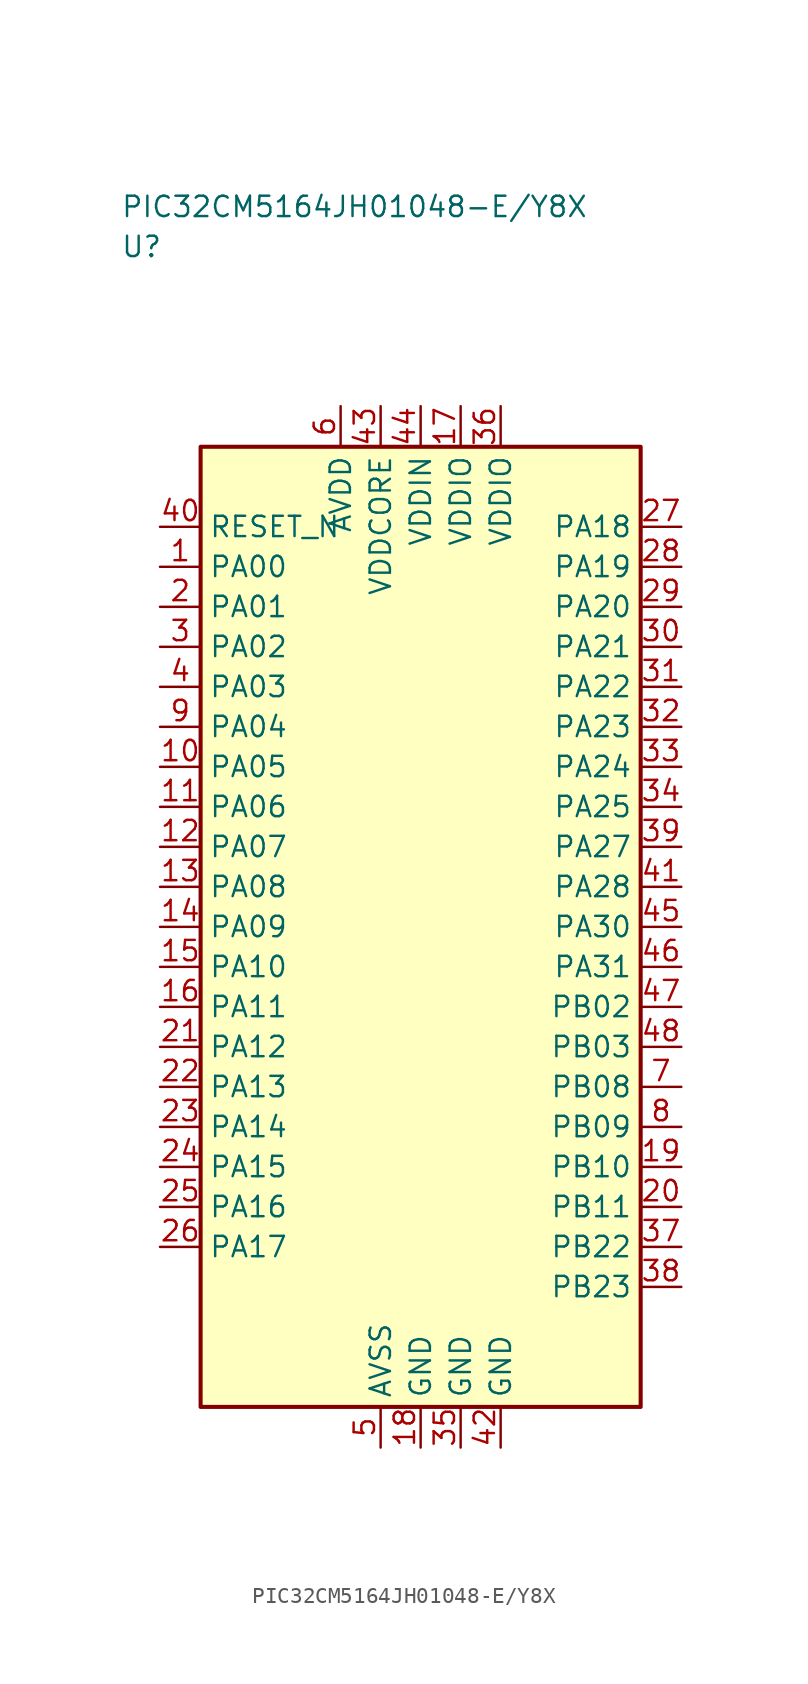
<source format=kicad_sym>
(kicad_symbol_lib
  (version 20241025)
  (generator "kicad_symbol_editor")
  (generator_version "8.0")
  (symbol "PIC32CM5164JH01048-E/Y8X"
    (property "Reference" "U"
      (at -18.75 42.5 0)
      (effects (font (size 1.27 1.27)) (justify left)))
    (property "Value" "PIC32CM5164JH01048-E/Y8X"
      (at -18.75 45.0 0)
      (effects (font (size 1.27 1.27)) (justify left)))
    (symbol "PIC32CM5164JH01048-E/Y8X_0_1"
      (rectangle (start -13.75 30.0) (end 13.75 -30.0) (stroke (width 0.254) (type default)) (fill (type background))))
    (symbol "PIC32CM5164JH01048-E/Y8X_1_1"
      (pin bidirectional line (at -16.29 22.5 0.0) (length 2.54) (name "PA00" (effects (font (size 1.27 1.27)))) (number "1" (effects (font (size 1.27 1.27)))))
      (pin bidirectional line (at -16.29 20.0 0.0) (length 2.54) (name "PA01" (effects (font (size 1.27 1.27)))) (number "2" (effects (font (size 1.27 1.27)))))
      (pin bidirectional line (at -16.29 17.5 0.0) (length 2.54) (name "PA02" (effects (font (size 1.27 1.27)))) (number "3" (effects (font (size 1.27 1.27)))))
      (pin bidirectional line (at -16.29 15.0 0.0) (length 2.54) (name "PA03" (effects (font (size 1.27 1.27)))) (number "4" (effects (font (size 1.27 1.27)))))
      (pin passive line (at -2.5 -32.54 90.0) (length 2.54) (name "AVSS" (effects (font (size 1.27 1.27)))) (number "5" (effects (font (size 1.27 1.27)))))
      (pin power_in line (at -5.0 32.54 270.0) (length 2.54) (name "AVDD" (effects (font (size 1.27 1.27)))) (number "6" (effects (font (size 1.27 1.27)))))
      (pin bidirectional line (at 16.29 -10.0 180.0) (length 2.54) (name "PB08" (effects (font (size 1.27 1.27)))) (number "7" (effects (font (size 1.27 1.27)))))
      (pin bidirectional line (at 16.29 -12.5 180.0) (length 2.54) (name "PB09" (effects (font (size 1.27 1.27)))) (number "8" (effects (font (size 1.27 1.27)))))
      (pin bidirectional line (at -16.29 12.5 0.0) (length 2.54) (name "PA04" (effects (font (size 1.27 1.27)))) (number "9" (effects (font (size 1.27 1.27)))))
      (pin bidirectional line (at -16.29 10.0 0.0) (length 2.54) (name "PA05" (effects (font (size 1.27 1.27)))) (number "10" (effects (font (size 1.27 1.27)))))
      (pin bidirectional line (at -16.29 7.5 0.0) (length 2.54) (name "PA06" (effects (font (size 1.27 1.27)))) (number "11" (effects (font (size 1.27 1.27)))))
      (pin bidirectional line (at -16.29 5.0 0.0) (length 2.54) (name "PA07" (effects (font (size 1.27 1.27)))) (number "12" (effects (font (size 1.27 1.27)))))
      (pin bidirectional line (at -16.29 2.5 0.0) (length 2.54) (name "PA08" (effects (font (size 1.27 1.27)))) (number "13" (effects (font (size 1.27 1.27)))))
      (pin bidirectional line (at -16.29 0.0 0.0) (length 2.54) (name "PA09" (effects (font (size 1.27 1.27)))) (number "14" (effects (font (size 1.27 1.27)))))
      (pin bidirectional line (at -16.29 -2.5 0.0) (length 2.54) (name "PA10" (effects (font (size 1.27 1.27)))) (number "15" (effects (font (size 1.27 1.27)))))
      (pin bidirectional line (at -16.29 -5.0 0.0) (length 2.54) (name "PA11" (effects (font (size 1.27 1.27)))) (number "16" (effects (font (size 1.27 1.27)))))
      (pin power_in line (at 2.5 32.54 270.0) (length 2.54) (name "VDDIO" (effects (font (size 1.27 1.27)))) (number "17" (effects (font (size 1.27 1.27)))))
      (pin passive line (at 0.0 -32.54 90.0) (length 2.54) (name "GND" (effects (font (size 1.27 1.27)))) (number "18" (effects (font (size 1.27 1.27)))))
      (pin bidirectional line (at 16.29 -15.0 180.0) (length 2.54) (name "PB10" (effects (font (size 1.27 1.27)))) (number "19" (effects (font (size 1.27 1.27)))))
      (pin bidirectional line (at 16.29 -17.5 180.0) (length 2.54) (name "PB11" (effects (font (size 1.27 1.27)))) (number "20" (effects (font (size 1.27 1.27)))))
      (pin bidirectional line (at -16.29 -7.5 0.0) (length 2.54) (name "PA12" (effects (font (size 1.27 1.27)))) (number "21" (effects (font (size 1.27 1.27)))))
      (pin bidirectional line (at -16.29 -10.0 0.0) (length 2.54) (name "PA13" (effects (font (size 1.27 1.27)))) (number "22" (effects (font (size 1.27 1.27)))))
      (pin bidirectional line (at -16.29 -12.5 0.0) (length 2.54) (name "PA14" (effects (font (size 1.27 1.27)))) (number "23" (effects (font (size 1.27 1.27)))))
      (pin bidirectional line (at -16.29 -15.0 0.0) (length 2.54) (name "PA15" (effects (font (size 1.27 1.27)))) (number "24" (effects (font (size 1.27 1.27)))))
      (pin bidirectional line (at -16.29 -17.5 0.0) (length 2.54) (name "PA16" (effects (font (size 1.27 1.27)))) (number "25" (effects (font (size 1.27 1.27)))))
      (pin bidirectional line (at -16.29 -20.0 0.0) (length 2.54) (name "PA17" (effects (font (size 1.27 1.27)))) (number "26" (effects (font (size 1.27 1.27)))))
      (pin bidirectional line (at 16.29 25.0 180.0) (length 2.54) (name "PA18" (effects (font (size 1.27 1.27)))) (number "27" (effects (font (size 1.27 1.27)))))
      (pin bidirectional line (at 16.29 22.5 180.0) (length 2.54) (name "PA19" (effects (font (size 1.27 1.27)))) (number "28" (effects (font (size 1.27 1.27)))))
      (pin bidirectional line (at 16.29 20.0 180.0) (length 2.54) (name "PA20" (effects (font (size 1.27 1.27)))) (number "29" (effects (font (size 1.27 1.27)))))
      (pin bidirectional line (at 16.29 17.5 180.0) (length 2.54) (name "PA21" (effects (font (size 1.27 1.27)))) (number "30" (effects (font (size 1.27 1.27)))))
      (pin bidirectional line (at 16.29 15.0 180.0) (length 2.54) (name "PA22" (effects (font (size 1.27 1.27)))) (number "31" (effects (font (size 1.27 1.27)))))
      (pin bidirectional line (at 16.29 12.5 180.0) (length 2.54) (name "PA23" (effects (font (size 1.27 1.27)))) (number "32" (effects (font (size 1.27 1.27)))))
      (pin bidirectional line (at 16.29 10.0 180.0) (length 2.54) (name "PA24" (effects (font (size 1.27 1.27)))) (number "33" (effects (font (size 1.27 1.27)))))
      (pin bidirectional line (at 16.29 7.5 180.0) (length 2.54) (name "PA25" (effects (font (size 1.27 1.27)))) (number "34" (effects (font (size 1.27 1.27)))))
      (pin passive line (at 2.5 -32.54 90.0) (length 2.54) (name "GND" (effects (font (size 1.27 1.27)))) (number "35" (effects (font (size 1.27 1.27)))))
      (pin power_in line (at 5.0 32.54 270.0) (length 2.54) (name "VDDIO" (effects (font (size 1.27 1.27)))) (number "36" (effects (font (size 1.27 1.27)))))
      (pin bidirectional line (at 16.29 -20.0 180.0) (length 2.54) (name "PB22" (effects (font (size 1.27 1.27)))) (number "37" (effects (font (size 1.27 1.27)))))
      (pin bidirectional line (at 16.29 -22.5 180.0) (length 2.54) (name "PB23" (effects (font (size 1.27 1.27)))) (number "38" (effects (font (size 1.27 1.27)))))
      (pin bidirectional line (at 16.29 5.0 180.0) (length 2.54) (name "PA27" (effects (font (size 1.27 1.27)))) (number "39" (effects (font (size 1.27 1.27)))))
      (pin input line (at -16.29 25.0 0.0) (length 2.54) (name "RESET_N" (effects (font (size 1.27 1.27)))) (number "40" (effects (font (size 1.27 1.27)))))
      (pin bidirectional line (at 16.29 2.5 180.0) (length 2.54) (name "PA28" (effects (font (size 1.27 1.27)))) (number "41" (effects (font (size 1.27 1.27)))))
      (pin passive line (at 5.0 -32.54 90.0) (length 2.54) (name "GND" (effects (font (size 1.27 1.27)))) (number "42" (effects (font (size 1.27 1.27)))))
      (pin power_in line (at -2.5 32.54 270.0) (length 2.54) (name "VDDCORE" (effects (font (size 1.27 1.27)))) (number "43" (effects (font (size 1.27 1.27)))))
      (pin power_in line (at 0.0 32.54 270.0) (length 2.54) (name "VDDIN" (effects (font (size 1.27 1.27)))) (number "44" (effects (font (size 1.27 1.27)))))
      (pin bidirectional line (at 16.29 0.0 180.0) (length 2.54) (name "PA30" (effects (font (size 1.27 1.27)))) (number "45" (effects (font (size 1.27 1.27)))))
      (pin bidirectional line (at 16.29 -2.5 180.0) (length 2.54) (name "PA31" (effects (font (size 1.27 1.27)))) (number "46" (effects (font (size 1.27 1.27)))))
      (pin bidirectional line (at 16.29 -5.0 180.0) (length 2.54) (name "PB02" (effects (font (size 1.27 1.27)))) (number "47" (effects (font (size 1.27 1.27)))))
      (pin bidirectional line (at 16.29 -7.5 180.0) (length 2.54) (name "PB03" (effects (font (size 1.27 1.27)))) (number "48" (effects (font (size 1.27 1.27))))))))
</source>
